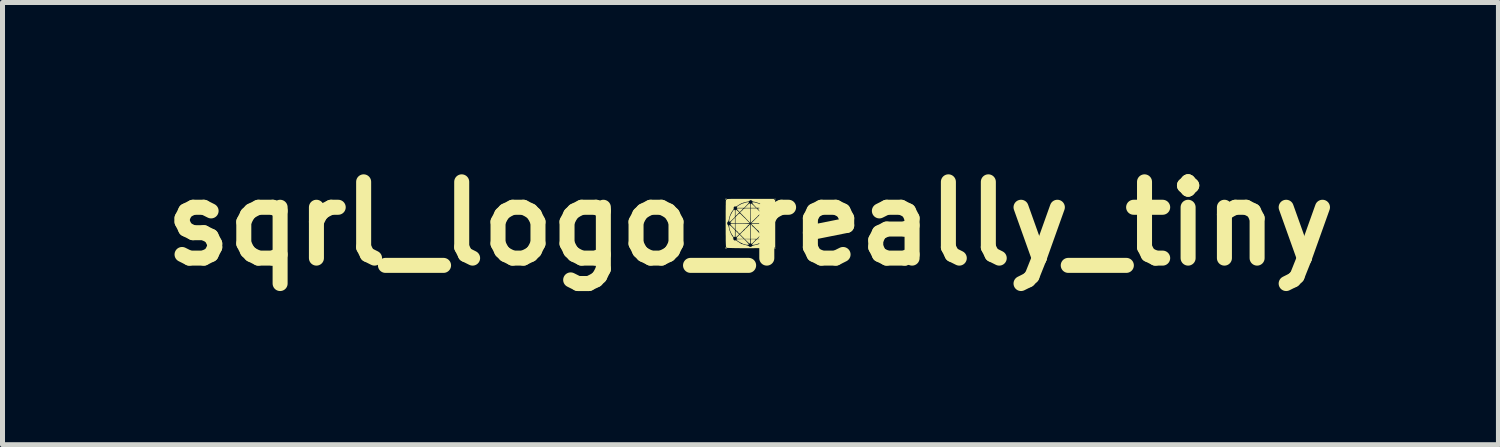
<source format=kicad_pcb>
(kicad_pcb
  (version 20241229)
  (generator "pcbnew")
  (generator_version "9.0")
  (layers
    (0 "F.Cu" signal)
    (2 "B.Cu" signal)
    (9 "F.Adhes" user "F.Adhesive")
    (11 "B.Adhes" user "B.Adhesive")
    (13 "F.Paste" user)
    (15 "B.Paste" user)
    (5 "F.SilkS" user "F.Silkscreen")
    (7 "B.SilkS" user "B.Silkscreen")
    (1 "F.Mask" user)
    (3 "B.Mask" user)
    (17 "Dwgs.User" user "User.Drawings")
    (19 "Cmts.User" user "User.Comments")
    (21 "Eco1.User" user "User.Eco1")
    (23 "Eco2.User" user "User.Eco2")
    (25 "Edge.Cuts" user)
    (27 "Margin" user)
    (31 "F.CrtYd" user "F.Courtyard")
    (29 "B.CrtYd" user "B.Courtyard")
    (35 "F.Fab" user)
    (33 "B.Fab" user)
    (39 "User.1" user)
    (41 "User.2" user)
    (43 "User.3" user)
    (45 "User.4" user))
  (footprint "sqrl_logo_really_tiny"
    (layer "F.Cu")
    (at 11.945 1.418)
    (property "Reference" "sqrl_logo_really_tiny" (at 0 0 0) (layer "F.SilkS") (effects (font (size 1.524 1.524) (thickness 0.3))))
    (attr board_only exclude_from_pos_files exclude_from_bom)
    (fp_poly (pts (xy 0.498 -0.497) (xy 0.5 -0.49) (xy 0.499 -0.482) (xy 0.496 -0.481) (xy 0.489 -0.489) (xy 0.487 -0.49) (xy 0.482 -0.497) (xy 0.483 -0.5) (xy 0.489 -0.5)) (stroke (width 0) (type solid)) (fill yes) (layer "F.SilkS"))
    (fp_poly (pts (xy -0.486 -0.487) (xy -0.494 -0.479) (xy -0.498 -0.475) (xy -0.498 -0.475) (xy -0.5 -0.479) (xy -0.5 -0.487) (xy -0.498 -0.497) (xy -0.49 -0.5) (xy -0.488 -0.5) (xy -0.475 -0.5)) (stroke (width 0) (type solid)) (fill yes) (layer "F.SilkS"))
    (fp_poly (pts (xy 0.5 0.488) (xy 0.498 0.497) (xy 0.49 0.5) (xy 0.487 0.5) (xy 0.478 0.499) (xy 0.475 0.498) (xy 0.478 0.494) (xy 0.487 0.487) (xy 0.487 0.486) (xy 0.5 0.475)) (stroke (width 0) (type solid)) (fill yes) (layer "F.SilkS"))
    (fp_poly (pts (xy -0.499 0.47) (xy -0.495 0.475) (xy -0.487 0.484) (xy -0.485 0.486) (xy -0.473 0.5) (xy -0.487 0.5) (xy -0.496 0.499) (xy -0.5 0.493) (xy -0.5 0.484) (xy -0.5 0.474) (xy -0.499 0.47)) (stroke (width 0) (type solid)) (fill yes) (layer "F.SilkS"))
    (fp_poly (pts (xy 0.021 -0.399) (xy 0.03 -0.395) (xy 0.031 -0.391) (xy 0.032 -0.386) (xy 0.034 -0.386) (xy 0.039 -0.383) (xy 0.049 -0.375) (xy 0.063 -0.362) (xy 0.074 -0.351) (xy 0.11 -0.315) (xy 0.01 -0.315) (xy 0.01 -0.358) (xy 0.01 -0.379) (xy 0.011 -0.391) (xy 0.013 -0.397) (xy 0.016 -0.399)) (stroke (width 0) (type solid)) (fill yes) (layer "F.SilkS"))
    (fp_poly (pts (xy 0.26 -0.166) (xy 0.3 -0.125) (xy 0.3 -0.005) (xy 0.014 -0.005) (xy 0.077 -0.068) (xy 0.085 -0.068) (xy 0.087 -0.065) (xy 0.09 -0.068) (xy 0.087 -0.07) (xy 0.085 -0.068) (xy 0.077 -0.068) (xy 0.096 -0.087) (xy 0.121 -0.111) (xy 0.144 -0.135) (xy 0.165 -0.155) (xy 0.183 -0.172) (xy 0.195 -0.184) (xy 0.198 -0.187) (xy 0.219 -0.206)) (stroke (width 0) (type solid)) (fill yes) (layer "F.SilkS"))
    (fp_poly (pts (xy -0.06 0.311) (xy -0.007 0.312) (xy -0.007 0.355) (xy -0.008 0.376) (xy -0.009 0.39) (xy -0.012 0.397) (xy -0.015 0.399) (xy -0.021 0.396) (xy -0.033 0.387) (xy -0.048 0.374) (xy -0.065 0.357) (xy -0.067 0.355) (xy -0.075 0.347) (xy -0.04 0.347) (xy -0.037 0.35) (xy -0.035 0.347) (xy -0.037 0.345) (xy -0.04 0.347) (xy -0.075 0.347) (xy -0.112 0.31)) (stroke (width 0) (type solid)) (fill yes) (layer "F.SilkS"))
    (fp_poly (pts (xy -0.013 -0.402) (xy -0.007 -0.4) (xy -0.003 -0.396) (xy -0.001 -0.389) (xy -0.0001 -0.375) (xy 0 -0.357) (xy 0 -0.315) (xy -0.114 -0.315) (xy -0.082 -0.347) (xy -0.07 -0.347) (xy -0.068 -0.345) (xy -0.065 -0.347) (xy -0.068 -0.35) (xy -0.07 -0.347) (xy -0.082 -0.347) (xy -0.07 -0.36) (xy -0.051 -0.379) (xy -0.037 -0.392) (xy -0.028 -0.399) (xy -0.02 -0.402) (xy -0.014 -0.402)) (stroke (width 0) (type solid)) (fill yes) (layer "F.SilkS"))
    (fp_poly (pts (xy 0.317 -0.107) (xy 0.327 -0.098) (xy 0.341 -0.084) (xy 0.358 -0.068) (xy 0.361 -0.065) (xy 0.379 -0.047) (xy 0.392 -0.033) (xy 0.399 -0.024) (xy 0.402 -0.018) (xy 0.401 -0.012) (xy 0.4 -0.01) (xy 0.395 -0.003) (xy 0.391 -0.001) (xy 0.385 -0.002) (xy 0.371 -0.003) (xy 0.353 -0.004) (xy 0.349 -0.004) (xy 0.31 -0.005) (xy 0.31 -0.058) (xy 0.31 -0.079) (xy 0.311 -0.096) (xy 0.312 -0.107) (xy 0.313 -0.11)) (stroke (width 0) (type solid)) (fill yes) (layer "F.SilkS"))
    (fp_poly (pts (xy 0.355 0.005) (xy 0.378 0.006) (xy 0.394 0.009) (xy 0.402 0.014) (xy 0.402 0.022) (xy 0.394 0.034) (xy 0.379 0.051) (xy 0.36 0.07) (xy 0.342 0.087) (xy 0.328 0.101) (xy 0.317 0.111) (xy 0.313 0.115) (xy 0.312 0.115) (xy 0.311 0.11) (xy 0.311 0.098) (xy 0.31 0.079) (xy 0.31 0.06) (xy 0.31 0.022) (xy 0.39 0.022) (xy 0.393 0.025) (xy 0.395 0.022) (xy 0.393 0.02) (xy 0.39 0.022) (xy 0.31 0.022) (xy 0.31 0.005)) (stroke (width 0) (type solid)) (fill yes) (layer "F.SilkS"))
    (fp_poly (pts (xy 0.244 0.31) (xy 0.256 0.311) (xy 0.264 0.313) (xy 0.268 0.316) (xy 0.269 0.319) (xy 0.272 0.327) (xy 0.269 0.335) (xy 0.26 0.344) (xy 0.247 0.353) (xy 0.216 0.372) (xy 0.18 0.39) (xy 0.143 0.405) (xy 0.113 0.415) (xy 0.086 0.421) (xy 0.062 0.424) (xy 0.044 0.425) (xy 0.033 0.422) (xy 0.03 0.419) (xy 0.033 0.413) (xy 0.043 0.402) (xy 0.057 0.386) (xy 0.074 0.369) (xy 0.081 0.362) (xy 0.133 0.311) (xy 0.198 0.31) (xy 0.226 0.31)) (stroke (width 0) (type solid)) (fill yes) (layer "F.SilkS"))
    (fp_poly (pts (xy -0.31 0.055) (xy -0.31 0.077) (xy -0.31 0.095) (xy -0.311 0.107) (xy -0.311 0.11) (xy -0.315 0.107) (xy -0.325 0.098) (xy -0.338 0.084) (xy -0.355 0.068) (xy -0.355 0.068) (xy -0.34 0.068) (xy -0.338 0.07) (xy -0.335 0.068) (xy -0.338 0.065) (xy -0.34 0.068) (xy -0.355 0.068) (xy -0.356 0.066) (xy -0.377 0.045) (xy -0.39 0.029) (xy -0.397 0.018) (xy -0.399 0.011) (xy -0.398 0.006) (xy -0.394 0.003) (xy -0.387 0.001) (xy -0.373 0.00011) (xy -0.354 0) (xy -0.31 0)) (stroke (width 0) (type solid)) (fill yes) (layer "F.SilkS"))
    (fp_poly (pts (xy 0.166 -0.26) (xy 0.212 -0.215) (xy 0.187 -0.19) (xy 0.175 -0.178) (xy 0.164 -0.17) (xy 0.159 -0.168) (xy 0.159 -0.168) (xy 0.156 -0.167) (xy 0.156 -0.166) (xy 0.153 -0.16) (xy 0.145 -0.15) (xy 0.132 -0.136) (xy 0.125 -0.13) (xy 0.107 -0.113) (xy 0.086 -0.092) (xy 0.064 -0.07) (xy 0.049 -0.056) (xy 0.005 -0.013) (xy 0.005 -0.106) (xy 0.005 -0.14) (xy 0.006 -0.175) (xy 0.007 -0.209) (xy 0.008 -0.237) (xy 0.008 -0.252) (xy 0.012 -0.305) (xy 0.066 -0.305) (xy 0.12 -0.305)) (stroke (width 0) (type solid)) (fill yes) (layer "F.SilkS"))
    (fp_poly (pts (xy 0.076 0.312) (xy 0.092 0.313) (xy 0.101 0.315) (xy 0.102 0.316) (xy 0.103 0.318) (xy 0.107 0.317) (xy 0.107 0.319) (xy 0.101 0.327) (xy 0.089 0.34) (xy 0.074 0.356) (xy 0.07 0.359) (xy 0.053 0.377) (xy 0.039 0.391) (xy 0.029 0.401) (xy 0.024 0.405) (xy 0.024 0.405) (xy 0.019 0.402) (xy 0.016 0.399) (xy 0.011 0.396) (xy 0.01 0.398) (xy 0.008 0.399) (xy 0.006 0.397) (xy 0.005 0.389) (xy 0.004 0.375) (xy 0.005 0.356) (xy 0.005 0.352) (xy 0.007 0.312) (xy 0.056 0.312)) (stroke (width 0) (type solid)) (fill yes) (layer "F.SilkS"))
    (fp_poly (pts (xy -0.175 0.263) (xy -0.133 0.305) (xy -0.201 0.305) (xy -0.226 0.305) (xy -0.247 0.304) (xy -0.263 0.304) (xy -0.27 0.303) (xy -0.271 0.302) (xy -0.272 0.296) (xy -0.274 0.292) (xy -0.18 0.292) (xy -0.177 0.295) (xy -0.175 0.292) (xy -0.177 0.29) (xy -0.18 0.292) (xy -0.274 0.292) (xy -0.275 0.289) (xy -0.276 0.287) (xy -0.274 0.281) (xy -0.267 0.271) (xy -0.254 0.257) (xy -0.25 0.253) (xy -0.24 0.253) (xy -0.237 0.255) (xy -0.235 0.253) (xy -0.237 0.25) (xy -0.24 0.253) (xy -0.25 0.253) (xy -0.248 0.251) (xy -0.217 0.22)) (stroke (width 0) (type solid)) (fill yes) (layer "F.SilkS"))
    (fp_poly (pts (xy -0.261 0.177) (xy -0.225 0.213) (xy -0.256 0.243) (xy -0.274 0.26) (xy -0.286 0.268) (xy -0.285 0.268) (xy -0.287 0.265) (xy -0.29 0.268) (xy -0.288 0.269) (xy -0.294 0.271) (xy -0.294 0.271) (xy -0.297 0.266) (xy -0.299 0.254) (xy -0.299 0.235) (xy -0.299 0.208) (xy -0.299 0.207) (xy -0.255 0.207) (xy -0.253 0.21) (xy -0.25 0.207) (xy -0.253 0.205) (xy -0.255 0.207) (xy -0.299 0.207) (xy -0.299 0.204) (xy -0.298 0.172) (xy -0.285 0.172) (xy -0.282 0.175) (xy -0.28 0.172) (xy -0.282 0.17) (xy -0.285 0.172) (xy -0.298 0.172) (xy -0.297 0.141)) (stroke (width 0) (type solid)) (fill yes) (layer "F.SilkS"))
    (fp_poly (pts (xy 0.297 -0.265) (xy 0.299 -0.25) (xy 0.299 -0.229) (xy 0.299 -0.205) (xy 0.297 -0.142) (xy 0.286 -0.154) (xy 0.279 -0.163) (xy 0.278 -0.171) (xy 0.278 -0.171) (xy 0.278 -0.172) (xy 0.29 -0.172) (xy 0.292 -0.17) (xy 0.295 -0.172) (xy 0.292 -0.175) (xy 0.29 -0.172) (xy 0.278 -0.172) (xy 0.278 -0.174) (xy 0.276 -0.173) (xy 0.271 -0.175) (xy 0.261 -0.182) (xy 0.249 -0.191) (xy 0.239 -0.202) (xy 0.232 -0.21) (xy 0.23 -0.214) (xy 0.233 -0.22) (xy 0.242 -0.23) (xy 0.255 -0.242) (xy 0.268 -0.254) (xy 0.281 -0.264) (xy 0.291 -0.271) (xy 0.295 -0.272)) (stroke (width 0) (type solid)) (fill yes) (layer "F.SilkS"))
    (fp_poly (pts (xy -0.176 -0.268) (xy -0.191 -0.252) (xy -0.203 -0.24) (xy -0.211 -0.232) (xy -0.214 -0.23) (xy -0.217 -0.233) (xy -0.227 -0.242) (xy -0.238 -0.253) (xy -0.21 -0.253) (xy -0.207 -0.25) (xy -0.205 -0.253) (xy -0.207 -0.255) (xy -0.21 -0.253) (xy -0.238 -0.253) (xy -0.239 -0.254) (xy -0.242 -0.257) (xy -0.257 -0.273) (xy -0.267 -0.286) (xy -0.269 -0.292) (xy -0.17 -0.292) (xy -0.168 -0.29) (xy -0.165 -0.292) (xy -0.168 -0.295) (xy -0.17 -0.292) (xy -0.269 -0.292) (xy -0.27 -0.294) (xy -0.27 -0.299) (xy -0.267 -0.302) (xy -0.261 -0.303) (xy -0.251 -0.305) (xy -0.233 -0.305) (xy -0.207 -0.305) (xy -0.14 -0.305)) (stroke (width 0) (type solid)) (fill yes) (layer "F.SilkS"))
    (fp_poly (pts (xy -0.311 -0.11) (xy -0.311 -0.098) (xy -0.31 -0.079) (xy -0.31 -0.062) (xy -0.31 -0.01) (xy -0.352 -0.01) (xy -0.374 -0.01) (xy -0.388 -0.012) (xy -0.396 -0.015) (xy -0.399 -0.018) (xy -0.399 -0.022) (xy -0.39 -0.022) (xy -0.388 -0.02) (xy -0.385 -0.022) (xy -0.388 -0.025) (xy -0.39 -0.022) (xy -0.399 -0.022) (xy -0.399 -0.023) (xy -0.395 -0.031) (xy -0.385 -0.043) (xy -0.369 -0.06) (xy -0.362 -0.068) (xy -0.35 -0.068) (xy -0.347 -0.065) (xy -0.345 -0.068) (xy -0.347 -0.07) (xy -0.35 -0.068) (xy -0.362 -0.068) (xy -0.359 -0.07) (xy -0.342 -0.087) (xy -0.328 -0.101) (xy -0.317 -0.111) (xy -0.313 -0.115) (xy -0.312 -0.115)) (stroke (width 0) (type solid)) (fill yes) (layer "F.SilkS"))
    (fp_poly (pts (xy 0.013 0.018) (xy 0.021 0.027) (xy 0.03 0.037) (xy 0.036 0.046) (xy 0.037 0.051) (xy 0.036 0.054) (xy 0.038 0.053) (xy 0.043 0.056) (xy 0.054 0.064) (xy 0.068 0.077) (xy 0.084 0.092) (xy 0.102 0.11) (xy 0.119 0.127) (xy 0.134 0.143) (xy 0.146 0.157) (xy 0.154 0.166) (xy 0.155 0.169) (xy 0.158 0.174) (xy 0.159 0.174) (xy 0.165 0.176) (xy 0.175 0.184) (xy 0.187 0.196) (xy 0.21 0.219) (xy 0.168 0.262) (xy 0.125 0.305) (xy 0.005 0.305) (xy 0.005 0.16) (xy 0.005 0.123) (xy 0.005 0.09) (xy 0.005 0.061) (xy 0.006 0.038) (xy 0.006 0.022) (xy 0.007 0.015) (xy 0.007 0.015)) (stroke (width 0) (type solid)) (fill yes) (layer "F.SilkS"))
    (fp_poly (pts (xy 0.221 0.233) (xy 0.232 0.241) (xy 0.245 0.253) (xy 0.257 0.267) (xy 0.267 0.28) (xy 0.272 0.291) (xy 0.272 0.295) (xy 0.27 0.299) (xy 0.266 0.302) (xy 0.26 0.304) (xy 0.247 0.305) (xy 0.229 0.305) (xy 0.204 0.305) (xy 0.139 0.305) (xy 0.146 0.297) (xy 0.16 0.297) (xy 0.163 0.3) (xy 0.165 0.297) (xy 0.163 0.295) (xy 0.16 0.297) (xy 0.146 0.297) (xy 0.17 0.273) (xy 0.185 0.259) (xy 0.197 0.249) (xy 0.205 0.244) (xy 0.207 0.244) (xy 0.209 0.243) (xy 0.209 0.242) (xy 0.22 0.242) (xy 0.223 0.245) (xy 0.225 0.242) (xy 0.223 0.24) (xy 0.22 0.242) (xy 0.209 0.242) (xy 0.208 0.241) (xy 0.209 0.234) (xy 0.213 0.232)) (stroke (width 0) (type solid)) (fill yes) (layer "F.SilkS"))
    (fp_poly (pts (xy 0.423 0.036) (xy 0.427 0.041) (xy 0.428 0.051) (xy 0.426 0.067) (xy 0.423 0.083) (xy 0.411 0.131) (xy 0.391 0.18) (xy 0.366 0.227) (xy 0.364 0.23) (xy 0.349 0.252) (xy 0.339 0.266) (xy 0.331 0.274) (xy 0.325 0.276) (xy 0.319 0.274) (xy 0.318 0.274) (xy 0.315 0.271) (xy 0.313 0.265) (xy 0.311 0.254) (xy 0.31 0.237) (xy 0.31 0.212) (xy 0.31 0.203) (xy 0.31 0.174) (xy 0.311 0.153) (xy 0.313 0.139) (xy 0.316 0.13) (xy 0.318 0.126) (xy 0.326 0.119) (xy 0.332 0.118) (xy 0.335 0.119) (xy 0.334 0.117) (xy 0.335 0.112) (xy 0.343 0.102) (xy 0.354 0.089) (xy 0.368 0.074) (xy 0.383 0.06) (xy 0.397 0.048) (xy 0.408 0.039) (xy 0.416 0.035) (xy 0.416 0.035)) (stroke (width 0) (type solid)) (fill yes) (layer "F.SilkS"))
    (fp_poly (pts (xy -0.414 0.029) (xy -0.402 0.039) (xy -0.383 0.055) (xy -0.362 0.076) (xy -0.31 0.128) (xy -0.31 0.196) (xy -0.31 0.224) (xy -0.311 0.243) (xy -0.312 0.256) (xy -0.314 0.263) (xy -0.317 0.266) (xy -0.318 0.267) (xy -0.328 0.27) (xy -0.335 0.267) (xy -0.339 0.263) (xy -0.33 0.263) (xy -0.328 0.265) (xy -0.325 0.263) (xy -0.328 0.26) (xy -0.33 0.263) (xy -0.339 0.263) (xy -0.344 0.257) (xy -0.345 0.256) (xy -0.35 0.245) (xy -0.351 0.238) (xy -0.351 0.237) (xy -0.351 0.236) (xy -0.353 0.237) (xy -0.358 0.234) (xy -0.365 0.224) (xy -0.375 0.208) (xy -0.385 0.189) (xy -0.395 0.168) (xy -0.404 0.146) (xy -0.41 0.129) (xy -0.417 0.106) (xy -0.421 0.083) (xy -0.424 0.061) (xy -0.424 0.043) (xy -0.423 0.031) (xy -0.42 0.028)) (stroke (width 0) (type solid)) (fill yes) (layer "F.SilkS"))
    (fp_poly (pts (xy -0.315 -0.274) (xy -0.313 -0.27) (xy -0.311 -0.263) (xy -0.31 -0.249) (xy -0.31 -0.229) (xy -0.31 -0.202) (xy -0.311 -0.131) (xy -0.36 -0.083) (xy -0.381 -0.062) (xy -0.397 -0.048) (xy -0.407 -0.04) (xy -0.415 -0.036) (xy -0.42 -0.037) (xy -0.423 -0.04) (xy -0.424 -0.048) (xy -0.415 -0.048) (xy -0.412 -0.045) (xy -0.41 -0.048) (xy -0.412 -0.05) (xy -0.415 -0.048) (xy -0.424 -0.048) (xy -0.424 -0.05) (xy -0.424 -0.066) (xy -0.421 -0.086) (xy -0.417 -0.108) (xy -0.411 -0.129) (xy -0.41 -0.133) (xy -0.402 -0.154) (xy -0.394 -0.174) (xy -0.385 -0.191) (xy -0.378 -0.204) (xy -0.374 -0.209) (xy -0.37 -0.215) (xy -0.37 -0.217) (xy -0.367 -0.224) (xy -0.36 -0.236) (xy -0.351 -0.251) (xy -0.341 -0.264) (xy -0.335 -0.271) (xy -0.325 -0.276) (xy -0.319 -0.276)) (stroke (width 0) (type solid)) (fill yes) (layer "F.SilkS"))
    (fp_poly (pts (xy -0.03 -0.428) (xy -0.031 -0.42) (xy -0.039 -0.408) (xy -0.055 -0.39) (xy -0.077 -0.366) (xy -0.078 -0.365) (xy -0.127 -0.315) (xy -0.27 -0.315) (xy -0.27 -0.327) (xy -0.266 -0.338) (xy -0.254 -0.349) (xy -0.25 -0.352) (xy -0.238 -0.36) (xy -0.23 -0.364) (xy -0.228 -0.365) (xy -0.223 -0.368) (xy -0.212 -0.374) (xy -0.204 -0.379) (xy -0.181 -0.392) (xy -0.179 -0.393) (xy -0.15 -0.393) (xy -0.147 -0.39) (xy -0.145 -0.393) (xy -0.147 -0.395) (xy -0.15 -0.393) (xy -0.179 -0.393) (xy -0.152 -0.404) (xy -0.144 -0.404) (xy -0.143 -0.401) (xy -0.138 -0.395) (xy -0.135 -0.397) (xy -0.135 -0.397) (xy -0.139 -0.401) (xy -0.141 -0.403) (xy -0.144 -0.404) (xy -0.152 -0.404) (xy -0.151 -0.404) (xy -0.118 -0.415) (xy -0.085 -0.423) (xy -0.054 -0.429) (xy -0.036 -0.43)) (stroke (width 0) (type solid)) (fill yes) (layer "F.SilkS"))
    (fp_poly (pts (xy 0.298 0.155) (xy 0.299 0.167) (xy 0.3 0.186) (xy 0.3 0.21) (xy 0.3 0.213) (xy 0.3 0.238) (xy 0.299 0.257) (xy 0.297 0.269) (xy 0.295 0.273) (xy 0.29 0.274) (xy 0.289 0.276) (xy 0.284 0.276) (xy 0.275 0.269) (xy 0.261 0.256) (xy 0.256 0.251) (xy 0.241 0.235) (xy 0.237 0.23) (xy 0.251 0.23) (xy 0.252 0.23) (xy 0.256 0.226) (xy 0.258 0.225) (xy 0.259 0.22) (xy 0.258 0.22) (xy 0.254 0.224) (xy 0.253 0.225) (xy 0.251 0.23) (xy 0.237 0.23) (xy 0.233 0.224) (xy 0.23 0.217) (xy 0.232 0.213) (xy 0.238 0.208) (xy 0.241 0.208) (xy 0.244 0.207) (xy 0.244 0.206) (xy 0.246 0.201) (xy 0.254 0.191) (xy 0.265 0.179) (xy 0.277 0.166) (xy 0.287 0.156) (xy 0.295 0.151) (xy 0.296 0.15)) (stroke (width 0) (type solid)) (fill yes) (layer "F.SilkS"))
    (fp_poly (pts (xy -0.005 0.159) (xy -0.005 0.305) (xy -0.118 0.305) (xy -0.164 0.259) (xy -0.21 0.212) (xy -0.198 0.2) (xy -0.185 0.2) (xy -0.183 0.204) (xy -0.182 0.203) (xy -0.181 0.197) (xy -0.182 0.197) (xy -0.185 0.197) (xy -0.185 0.2) (xy -0.198 0.2) (xy -0.171 0.175) (xy -0.155 0.16) (xy -0.142 0.148) (xy -0.132 0.14) (xy -0.129 0.139) (xy -0.125 0.136) (xy -0.125 0.135) (xy -0.122 0.129) (xy -0.113 0.119) (xy -0.102 0.107) (xy -0.09 0.095) (xy -0.086 0.092) (xy -0.075 0.092) (xy -0.072 0.095) (xy -0.07 0.092) (xy -0.072 0.09) (xy -0.075 0.092) (xy -0.086 0.092) (xy -0.078 0.086) (xy -0.07 0.08) (xy -0.068 0.079) (xy -0.064 0.077) (xy -0.062 0.071) (xy -0.058 0.062) (xy -0.055 0.06) (xy -0.05 0.057) (xy -0.04 0.048) (xy -0.028 0.036) (xy -0.005 0.013)) (stroke (width 0) (type solid)) (fill yes) (layer "F.SilkS"))
    (fp_poly (pts (xy 0.231 -0.305) (xy 0.25 -0.304) (xy 0.262 -0.303) (xy 0.269 -0.301) (xy 0.273 -0.298) (xy 0.275 -0.294) (xy 0.277 -0.289) (xy 0.276 -0.283) (xy 0.27 -0.274) (xy 0.259 -0.263) (xy 0.247 -0.251) (xy 0.233 -0.237) (xy 0.223 -0.228) (xy 0.217 -0.223) (xy 0.217 -0.224) (xy 0.218 -0.229) (xy 0.216 -0.23) (xy 0.211 -0.233) (xy 0.201 -0.242) (xy 0.195 -0.247) (xy 0.205 -0.247) (xy 0.207 -0.245) (xy 0.21 -0.247) (xy 0.207 -0.25) (xy 0.205 -0.247) (xy 0.195 -0.247) (xy 0.188 -0.254) (xy 0.184 -0.258) (xy 0.225 -0.258) (xy 0.228 -0.255) (xy 0.23 -0.258) (xy 0.228 -0.26) (xy 0.225 -0.258) (xy 0.184 -0.258) (xy 0.173 -0.268) (xy 0.16 -0.281) (xy 0.148 -0.293) (xy 0.141 -0.301) (xy 0.14 -0.303) (xy 0.145 -0.304) (xy 0.158 -0.304) (xy 0.177 -0.305) (xy 0.2 -0.305) (xy 0.205 -0.305)) (stroke (width 0) (type solid)) (fill yes) (layer "F.SilkS"))
    (fp_poly (pts (xy 0.3 0.132) (xy 0.259 0.171) (xy 0.243 0.186) (xy 0.23 0.199) (xy 0.221 0.207) (xy 0.218 0.21) (xy 0.214 0.207) (xy 0.205 0.198) (xy 0.194 0.188) (xy 0.21 0.188) (xy 0.212 0.19) (xy 0.215 0.188) (xy 0.225 0.188) (xy 0.228 0.19) (xy 0.23 0.188) (xy 0.228 0.185) (xy 0.225 0.188) (xy 0.215 0.188) (xy 0.212 0.185) (xy 0.21 0.188) (xy 0.194 0.188) (xy 0.192 0.186) (xy 0.188 0.182) (xy 0.174 0.167) (xy 0.165 0.154) (xy 0.162 0.147) (xy 0.162 0.146) (xy 0.162 0.142) (xy 0.16 0.143) (xy 0.155 0.14) (xy 0.144 0.132) (xy 0.128 0.118) (xy 0.109 0.1) (xy 0.088 0.079) (xy 0.084 0.075) (xy 0.071 0.062) (xy 0.085 0.062) (xy 0.087 0.065) (xy 0.09 0.062) (xy 0.087 0.06) (xy 0.085 0.062) (xy 0.071 0.062) (xy 0.014 0.005) (xy 0.3 0.005)) (stroke (width 0) (type solid)) (fill yes) (layer "F.SilkS"))
    (fp_poly (pts (xy 0.33 -0.271) (xy 0.338 -0.267) (xy 0.348 -0.256) (xy 0.355 -0.247) (xy 0.365 -0.233) (xy 0.371 -0.224) (xy 0.372 -0.22) (xy 0.372 -0.22) (xy 0.372 -0.217) (xy 0.376 -0.211) (xy 0.387 -0.194) (xy 0.398 -0.17) (xy 0.409 -0.141) (xy 0.418 -0.109) (xy 0.425 -0.077) (xy 0.425 -0.075) (xy 0.428 -0.056) (xy 0.429 -0.044) (xy 0.427 -0.037) (xy 0.424 -0.034) (xy 0.416 -0.031) (xy 0.414 -0.03) (xy 0.41 -0.033) (xy 0.4 -0.043) (xy 0.389 -0.052) (xy 0.395 -0.052) (xy 0.398 -0.05) (xy 0.4 -0.052) (xy 0.398 -0.055) (xy 0.395 -0.052) (xy 0.389 -0.052) (xy 0.385 -0.056) (xy 0.367 -0.073) (xy 0.361 -0.08) (xy 0.31 -0.13) (xy 0.31 -0.263) (xy 0.33 -0.263) (xy 0.333 -0.26) (xy 0.335 -0.263) (xy 0.333 -0.265) (xy 0.33 -0.263) (xy 0.31 -0.263) (xy 0.31 -0.269) (xy 0.322 -0.271)) (stroke (width 0) (type solid)) (fill yes) (layer "F.SilkS"))
    (fp_poly (pts (xy -0.276 -0.272) (xy -0.276 -0.271) (xy -0.268 -0.263) (xy -0.264 -0.26) (xy -0.259 -0.257) (xy -0.25 -0.248) (xy -0.241 -0.24) (xy -0.222 -0.22) (xy -0.232 -0.21) (xy -0.241 -0.204) (xy -0.247 -0.204) (xy -0.247 -0.204) (xy -0.25 -0.204) (xy -0.249 -0.202) (xy -0.251 -0.196) (xy -0.259 -0.186) (xy -0.269 -0.176) (xy -0.279 -0.167) (xy -0.286 -0.164) (xy -0.286 -0.164) (xy -0.289 -0.162) (xy -0.288 -0.161) (xy -0.289 -0.154) (xy -0.293 -0.15) (xy -0.296 -0.148) (xy -0.298 -0.151) (xy -0.299 -0.159) (xy -0.3 -0.173) (xy -0.3 -0.195) (xy -0.3 -0.21) (xy -0.3 -0.212) (xy -0.25 -0.212) (xy -0.247 -0.21) (xy -0.245 -0.212) (xy -0.247 -0.215) (xy -0.25 -0.212) (xy -0.3 -0.212) (xy -0.3 -0.236) (xy -0.299 -0.256) (xy -0.297 -0.268) (xy -0.296 -0.273) (xy -0.295 -0.273) (xy -0.29 -0.274) (xy -0.288 -0.276) (xy -0.284 -0.278)) (stroke (width 0) (type solid)) (fill yes) (layer "F.SilkS"))
    (fp_poly (pts (xy -0.087 0.351) (xy -0.071 0.367) (xy -0.059 0.381) (xy -0.051 0.392) (xy -0.049 0.397) (xy -0.049 0.4) (xy -0.047 0.399) (xy -0.041 0.398) (xy -0.035 0.403) (xy -0.033 0.412) (xy -0.034 0.415) (xy -0.037 0.422) (xy -0.046 0.424) (xy -0.057 0.424) (xy -0.076 0.423) (xy -0.096 0.42) (xy -0.098 0.419) (xy -0.143 0.406) (xy -0.187 0.386) (xy -0.211 0.372) (xy -0.09 0.372) (xy -0.087 0.375) (xy -0.085 0.372) (xy -0.087 0.37) (xy -0.09 0.372) (xy -0.211 0.372) (xy -0.234 0.359) (xy -0.256 0.344) (xy -0.272 0.332) (xy -0.276 0.328) (xy -0.125 0.328) (xy -0.122 0.33) (xy -0.12 0.328) (xy -0.122 0.325) (xy -0.125 0.328) (xy -0.276 0.328) (xy -0.279 0.324) (xy -0.278 0.32) (xy -0.275 0.32) (xy -0.272 0.317) (xy -0.272 0.316) (xy -0.269 0.314) (xy -0.256 0.312) (xy -0.237 0.311) (xy -0.212 0.311) (xy -0.201 0.311) (xy -0.126 0.31)) (stroke (width 0) (type solid)) (fill yes) (layer "F.SilkS"))
    (fp_poly (pts (xy -0.21 -0.205) (xy -0.202 -0.197) (xy -0.188 -0.183) (xy -0.169 -0.165) (xy -0.147 -0.143) (xy -0.122 -0.118) (xy -0.116 -0.113) (xy -0.09 -0.087) (xy -0.066 -0.063) (xy -0.046 -0.042) (xy -0.03 -0.026) (xy -0.02 -0.015) (xy -0.015 -0.009) (xy -0.015 -0.009) (xy -0.02 -0.008) (xy -0.033 -0.007) (xy -0.053 -0.007) (xy -0.078 -0.006) (xy -0.108 -0.006) (xy -0.139 -0.006) (xy -0.171 -0.006) (xy -0.203 -0.007) (xy -0.232 -0.007) (xy -0.257 -0.008) (xy -0.266 -0.009) (xy -0.3 -0.01) (xy -0.3 -0.068) (xy -0.09 -0.068) (xy -0.087 -0.065) (xy -0.085 -0.068) (xy -0.087 -0.07) (xy -0.09 -0.068) (xy -0.3 -0.068) (xy -0.3 -0.07) (xy -0.3 -0.13) (xy -0.278 -0.152) (xy -0.17 -0.152) (xy -0.168 -0.15) (xy -0.165 -0.152) (xy -0.168 -0.155) (xy -0.17 -0.152) (xy -0.278 -0.152) (xy -0.262 -0.168) (xy -0.242 -0.188) (xy -0.227 -0.199) (xy -0.218 -0.203) (xy -0.217 -0.203) (xy -0.212 -0.203) (xy -0.213 -0.206)) (stroke (width 0) (type solid)) (fill yes) (layer "F.SilkS"))
    (fp_poly (pts (xy -0.161 0.003) (xy -0.125 0.004) (xy -0.092 0.005) (xy -0.064 0.006) (xy -0.042 0.006) (xy -0.027 0.007) (xy -0.021 0.008) (xy -0.021 0.008) (xy -0.021 0.012) (xy -0.028 0.019) (xy -0.036 0.025) (xy -0.044 0.028) (xy -0.045 0.027) (xy -0.049 0.026) (xy -0.048 0.029) (xy -0.05 0.034) (xy -0.058 0.045) (xy -0.069 0.058) (xy -0.083 0.073) (xy -0.097 0.088) (xy -0.11 0.1) (xy -0.12 0.109) (xy -0.126 0.111) (xy -0.129 0.113) (xy -0.129 0.115) (xy -0.132 0.12) (xy -0.14 0.13) (xy -0.153 0.144) (xy -0.163 0.153) (xy -0.184 0.174) (xy -0.199 0.188) (xy -0.209 0.196) (xy -0.217 0.2) (xy -0.222 0.199) (xy -0.228 0.195) (xy -0.235 0.188) (xy -0.239 0.183) (xy -0.25 0.171) (xy -0.256 0.162) (xy -0.256 0.158) (xy -0.256 0.156) (xy -0.258 0.156) (xy -0.264 0.155) (xy -0.274 0.148) (xy -0.281 0.141) (xy -0.299 0.122) (xy -0.299 0.107) (xy -0.27 0.107) (xy -0.268 0.11) (xy -0.265 0.107) (xy -0.268 0.105) (xy -0.27 0.107) (xy -0.299 0.107) (xy -0.3 0.061) (xy -0.3 -0.001)) (stroke (width 0) (type solid)) (fill yes) (layer "F.SilkS"))
    (fp_poly (pts (xy -0.003 -0.161) (xy -0.004 -0.124) (xy -0.005 -0.091) (xy -0.005 -0.062) (xy -0.006 -0.04) (xy -0.007 -0.024) (xy -0.007 -0.017) (xy -0.007 -0.017) (xy -0.01 -0.02) (xy -0.02 -0.029) (xy -0.033 -0.043) (xy -0.05 -0.06) (xy -0.06 -0.071) (xy -0.084 -0.095) (xy -0.11 -0.123) (xy -0.115 -0.128) (xy -0.105 -0.128) (xy -0.102 -0.125) (xy -0.1 -0.128) (xy -0.102 -0.13) (xy -0.105 -0.128) (xy -0.115 -0.128) (xy -0.137 -0.149) (xy -0.159 -0.172) (xy -0.16 -0.173) (xy -0.165 -0.177) (xy -0.155 -0.177) (xy -0.152 -0.175) (xy -0.15 -0.177) (xy -0.152 -0.18) (xy -0.155 -0.177) (xy -0.165 -0.177) (xy -0.208 -0.221) (xy -0.202 -0.228) (xy -0.19 -0.228) (xy -0.188 -0.225) (xy -0.185 -0.228) (xy -0.188 -0.23) (xy -0.19 -0.228) (xy -0.202 -0.228) (xy -0.185 -0.244) (xy -0.173 -0.256) (xy -0.164 -0.264) (xy -0.159 -0.266) (xy -0.155 -0.268) (xy -0.155 -0.272) (xy -0.151 -0.279) (xy -0.142 -0.288) (xy -0.138 -0.292) (xy -0.13 -0.297) (xy -0.122 -0.301) (xy -0.113 -0.303) (xy -0.099 -0.305) (xy -0.079 -0.305) (xy -0.06 -0.305) (xy 0.001 -0.305)) (stroke (width 0) (type solid)) (fill yes) (layer "F.SilkS"))
    (fp_poly (pts (xy 0.062 -0.427) (xy 0.082 -0.424) (xy 0.107 -0.418) (xy 0.133 -0.411) (xy 0.159 -0.402) (xy 0.182 -0.392) (xy 0.203 -0.381) (xy 0.224 -0.369) (xy 0.242 -0.357) (xy 0.256 -0.347) (xy 0.265 -0.339) (xy 0.266 -0.336) (xy 0.269 -0.331) (xy 0.271 -0.331) (xy 0.276 -0.328) (xy 0.278 -0.324) (xy 0.277 -0.32) (xy 0.275 -0.318) (xy 0.268 -0.317) (xy 0.256 -0.316) (xy 0.237 -0.315) (xy 0.21 -0.315) (xy 0.201 -0.315) (xy 0.122 -0.316) (xy 0.092 -0.347) (xy 0.235 -0.347) (xy 0.237 -0.345) (xy 0.24 -0.347) (xy 0.237 -0.35) (xy 0.235 -0.347) (xy 0.092 -0.347) (xy 0.087 -0.352) (xy 0.225 -0.352) (xy 0.228 -0.35) (xy 0.23 -0.352) (xy 0.228 -0.355) (xy 0.225 -0.352) (xy 0.087 -0.352) (xy 0.08 -0.36) (xy 0.061 -0.38) (xy 0.047 -0.395) (xy 0.046 -0.398) (xy 0.135 -0.398) (xy 0.138 -0.395) (xy 0.14 -0.398) (xy 0.138 -0.4) (xy 0.135 -0.398) (xy 0.046 -0.398) (xy 0.04 -0.406) (xy 0.039 -0.407) (xy 0.04 -0.407) (xy 0.043 -0.405) (xy 0.045 -0.407) (xy 0.043 -0.41) (xy 0.04 -0.407) (xy 0.039 -0.407) (xy 0.037 -0.412) (xy 0.055 -0.412) (xy 0.058 -0.41) (xy 0.06 -0.412) (xy 0.058 -0.415) (xy 0.055 -0.412) (xy 0.037 -0.412) (xy 0.036 -0.414) (xy 0.037 -0.42) (xy 0.039 -0.424) (xy 0.047 -0.427)) (stroke (width 0) (type solid)) (fill yes) (layer "F.SilkS"))
    (fp_poly (pts (xy 0.48 -0.479) (xy 0.495 -0.464) (xy 0.495 -0.000202) (xy 0.495 0.464) (xy 0.483 0.477) (xy 0.47 0.49) (xy 0.236 0.49) (xy 0.189 0.49) (xy 0.144 0.49) (xy 0.103 0.49) (xy 0.067 0.491) (xy 0.037 0.491) (xy 0.014 0.491) (xy -0.002 0.491) (xy -0.007 0.492) (xy -0.014 0.492) (xy -0.03 0.492) (xy -0.054 0.492) (xy -0.085 0.492) (xy -0.121 0.491) (xy -0.162 0.491) (xy -0.207 0.491) (xy -0.245 0.49) (xy -0.292 0.49) (xy -0.336 0.489) (xy -0.376 0.488) (xy -0.411 0.487) (xy -0.439 0.486) (xy -0.461 0.485) (xy -0.475 0.484) (xy -0.479 0.483) (xy -0.483 0.476) (xy -0.483 0.472) (xy -0.483 0.467) (xy -0.484 0.467) (xy -0.486 0.467) (xy -0.488 0.463) (xy -0.489 0.455) (xy -0.49 0.443) (xy -0.491 0.425) (xy -0.492 0.407) (xy -0.215 0.407) (xy -0.212 0.41) (xy -0.21 0.407) (xy -0.212 0.405) (xy -0.215 0.407) (xy -0.492 0.407) (xy -0.492 0.402) (xy -0.493 0.373) (xy -0.493 0.372) (xy -0.265 0.372) (xy -0.263 0.375) (xy -0.26 0.372) (xy -0.263 0.37) (xy -0.265 0.372) (xy -0.493 0.372) (xy -0.494 0.338) (xy -0.494 0.297) (xy -0.365 0.297) (xy -0.362 0.3) (xy -0.36 0.297) (xy -0.362 0.295) (xy -0.365 0.297) (xy -0.494 0.297) (xy -0.494 0.296) (xy -0.494 0.246) (xy -0.495 0.217) (xy -0.415 0.217) (xy -0.412 0.22) (xy -0.41 0.217) (xy -0.412 0.215) (xy -0.415 0.217) (xy -0.495 0.217) (xy -0.495 0.188) (xy -0.495 0.121) (xy -0.495 0.046) (xy -0.495 -0.001) (xy -0.465 -0.001) (xy -0.461 0.014) (xy -0.454 0.023) (xy -0.448 0.03) (xy -0.442 0.041) (xy -0.437 0.058) (xy -0.431 0.083) (xy -0.43 0.087) (xy -0.42 0.129) (xy -0.405 0.17) (xy -0.387 0.209) (xy -0.369 0.242) (xy -0.352 0.264) (xy -0.343 0.279) (xy -0.343 0.29) (xy -0.343 0.307) (xy -0.337 0.322) (xy -0.326 0.333) (xy -0.313 0.338) (xy -0.3 0.335) (xy -0.292 0.333) (xy -0.282 0.338) (xy -0.275 0.343) (xy -0.264 0.352) (xy -0.247 0.363) (xy -0.227 0.376) (xy -0.22 0.38) (xy -0.203 0.391) (xy -0.191 0.4) (xy -0.184 0.406) (xy -0.184 0.407) (xy -0.183 0.409) (xy -0.18 0.408) (xy -0.17 0.407) (xy -0.157 0.411) (xy -0.155 0.412) (xy -0.142 0.416) (xy -0.123 0.422) (xy -0.101 0.428) (xy -0.09 0.43) (xy -0.063 0.437) (xy -0.045 0.444) (xy -0.033 0.451) (xy -0.031 0.453) (xy -0.017 0.463) (xy 0.000481 0.466) (xy 0.017 0.462) (xy 0.028 0.453) (xy 0.035 0.447) (xy 0.046 0.442) (xy 0.062 0.437) (xy 0.087 0.431) (xy 0.09 0.43) (xy 0.114 0.425) (xy 0.136 0.419) (xy 0.153 0.414) (xy 0.16 0.412) (xy 0.207 0.389) (xy 0.239 0.369) (xy 0.252 0.361) (xy 0.261 0.356) (xy 0.263 0.355) (xy 0.268 0.352) (xy 0.273 0.348) (xy 0.285 0.343) (xy 0.297 0.343) (xy 0.315 0.342) (xy 0.329 0.332) (xy 0.338 0.317) (xy 0.339 0.303) (xy 0.341 0.286) (xy 0.346 0.277) (xy 0.355 0.264) (xy 0.367 0.246) (xy 0.381 0.224) (xy 0.393 0.202) (xy 0.403 0.183) (xy 0.406 0.177) (xy 0.413 0.159) (xy 0.42 0.137) (xy 0.427 0.111) (xy 0.433 0.087) (xy 0.438 0.065) (xy 0.44 0.05) (xy 0.44 0.048) (xy 0.441 0.039) (xy 0.445 0.037) (xy 0.45 0.035) (xy 0.458 0.028) (xy 0.46 0.025) (xy 0.468 0.007) (xy 0.466 -0.01) (xy 0.457 -0.025) (xy 0.452 -0.028) (xy 0.443 -0.039) (xy 0.44 -0.048) (xy 0.438 -0.066) (xy 0.433 -0.091) (xy 0.425 -0.119) (xy 0.416 -0.148) (xy 0.406 -0.175) (xy 0.399 -0.19) (xy 0.39 -0.209) (xy 0.384 -0.224) (xy 0.38 -0.234) (xy 0.379 -0.237) (xy 0.377 -0.238) (xy 0.375 -0.238) (xy 0.371 -0.237) (xy 0.371 -0.242) (xy 0.376 -0.249) (xy 0.378 -0.253) (xy 0.372 -0.253) (xy 0.362 -0.257) (xy 0.353 -0.268) (xy 0.346 -0.283) (xy 0.344 -0.299) (xy 0.341 -0.318) (xy 0.332 -0.332) (xy 0.317 -0.338) (xy 0.305 -0.338) (xy 0.294 -0.337) (xy 0.283 -0.341) (xy 0.27 -0.35) (xy 0.267 -0.352) (xy 0.255 -0.362) (xy 0.254 -0.362) (xy 0.265 -0.362) (xy 0.268 -0.36) (xy 0.27 -0.362) (xy 0.268 -0.365) (xy 0.265 -0.362) (xy 0.254 -0.362) (xy 0.246 -0.368) (xy 0.243 -0.37) (xy 0.237 -0.373) (xy 0.231 -0.378) (xy 0.217 -0.387) (xy 0.195 -0.398) (xy 0.169 -0.408) (xy 0.14 -0.419) (xy 0.111 -0.428) (xy 0.084 -0.435) (xy 0.062 -0.439) (xy 0.052 -0.44) (xy 0.041 -0.444) (xy 0.038 -0.449) (xy 0.031 -0.458) (xy 0.018 -0.466) (xy 0.004 -0.47) (xy 0.002 -0.47) (xy -0.006 -0.467) (xy -0.017 -0.458) (xy -0.021 -0.455) (xy -0.033 -0.445) (xy -0.045 -0.44) (xy -0.048 -0.44) (xy -0.063 -0.438) (xy -0.084 -0.434) (xy -0.108 -0.428) (xy -0.134 -0.421) (xy -0.158 -0.413) (xy -0.178 -0.406) (xy -0.192 -0.4) (xy -0.195 -0.398) (xy -0.203 -0.392) (xy -0.217 -0.384) (xy -0.229 -0.377) (xy -0.243 -0.369) (xy -0.252 -0.362) (xy -0.255 -0.359) (xy -0.259 -0.355) (xy -0.26 -0.355) (xy -0.268 -0.352) (xy -0.273 -0.348) (xy -0.285 -0.343) (xy -0.297 -0.343) (xy -0.314 -0.343) (xy -0.323 -0.34) (xy -0.333 -0.327) (xy -0.337 -0.312) (xy -0.335 -0.3) (xy -0.334 -0.292) (xy -0.339 -0.283) (xy -0.343 -0.28) (xy -0.351 -0.27) (xy -0.355 -0.262) (xy -0.355 -0.262) (xy -0.357 -0.256) (xy -0.359 -0.255) (xy -0.361 -0.254) (xy -0.364 -0.25) (xy -0.37 -0.242) (xy -0.378 -0.228) (xy -0.391 -0.206) (xy -0.391 -0.206) (xy -0.403 -0.18) (xy -0.415 -0.149) (xy -0.425 -0.111) (xy -0.43 -0.091) (xy -0.436 -0.065) (xy -0.442 -0.049) (xy -0.447 -0.04) (xy -0.45 -0.037) (xy -0.459 -0.03) (xy -0.464 -0.017) (xy -0.465 -0.001) (xy -0.495 -0.001) (xy -0.495 -0.031) (xy -0.495 -0.043) (xy -0.46 -0.043) (xy -0.458 -0.04) (xy -0.455 -0.043) (xy -0.458 -0.045) (xy -0.46 -0.043) (xy -0.495 -0.043) (xy -0.495 -0.114) (xy -0.495 -0.187) (xy -0.495 -0.251) (xy -0.494 -0.306) (xy -0.494 -0.353) (xy -0.494 -0.362) (xy -0.265 -0.362) (xy -0.263 -0.36) (xy -0.26 -0.362) (xy -0.263 -0.365) (xy -0.265 -0.362) (xy -0.494 -0.362) (xy -0.493 -0.372) (xy -0.26 -0.372) (xy -0.258 -0.37) (xy -0.255 -0.372) (xy -0.258 -0.375) (xy -0.26 -0.372) (xy -0.493 -0.372) (xy -0.493 -0.39) (xy -0.493 -0.42) (xy -0.492 -0.443) (xy -0.491 -0.458) (xy -0.49 -0.465) (xy -0.489 -0.467) (xy -0.482 -0.477) (xy 0.46 -0.477) (xy 0.463 -0.475) (xy 0.465 -0.477) (xy 0.463 -0.48) (xy 0.46 -0.477) (xy -0.482 -0.477) (xy -0.481 -0.478) (xy -0.473 -0.486) (xy -0.471 -0.488) (xy -0.467 -0.489) (xy -0.462 -0.49) (xy -0.454 -0.491) (xy -0.444 -0.492) (xy -0.429 -0.493) (xy -0.411 -0.493) (xy -0.388 -0.494) (xy -0.359 -0.494) (xy -0.324 -0.494) (xy -0.282 -0.495) (xy -0.234 -0.495) (xy -0.177 -0.495) (xy -0.112 -0.495) (xy -0.038 -0.495) (xy 0.002 -0.495) (xy 0.466 -0.495)) (stroke (width 0) (type solid)) (fill yes) (layer "F.SilkS")))
  (gr_rect
    (start -3 -3)
    (end 26.891 5.836)
    (stroke (width 0.1) (type default))
    (fill no)
    (layer "Edge.Cuts")))
</source>
